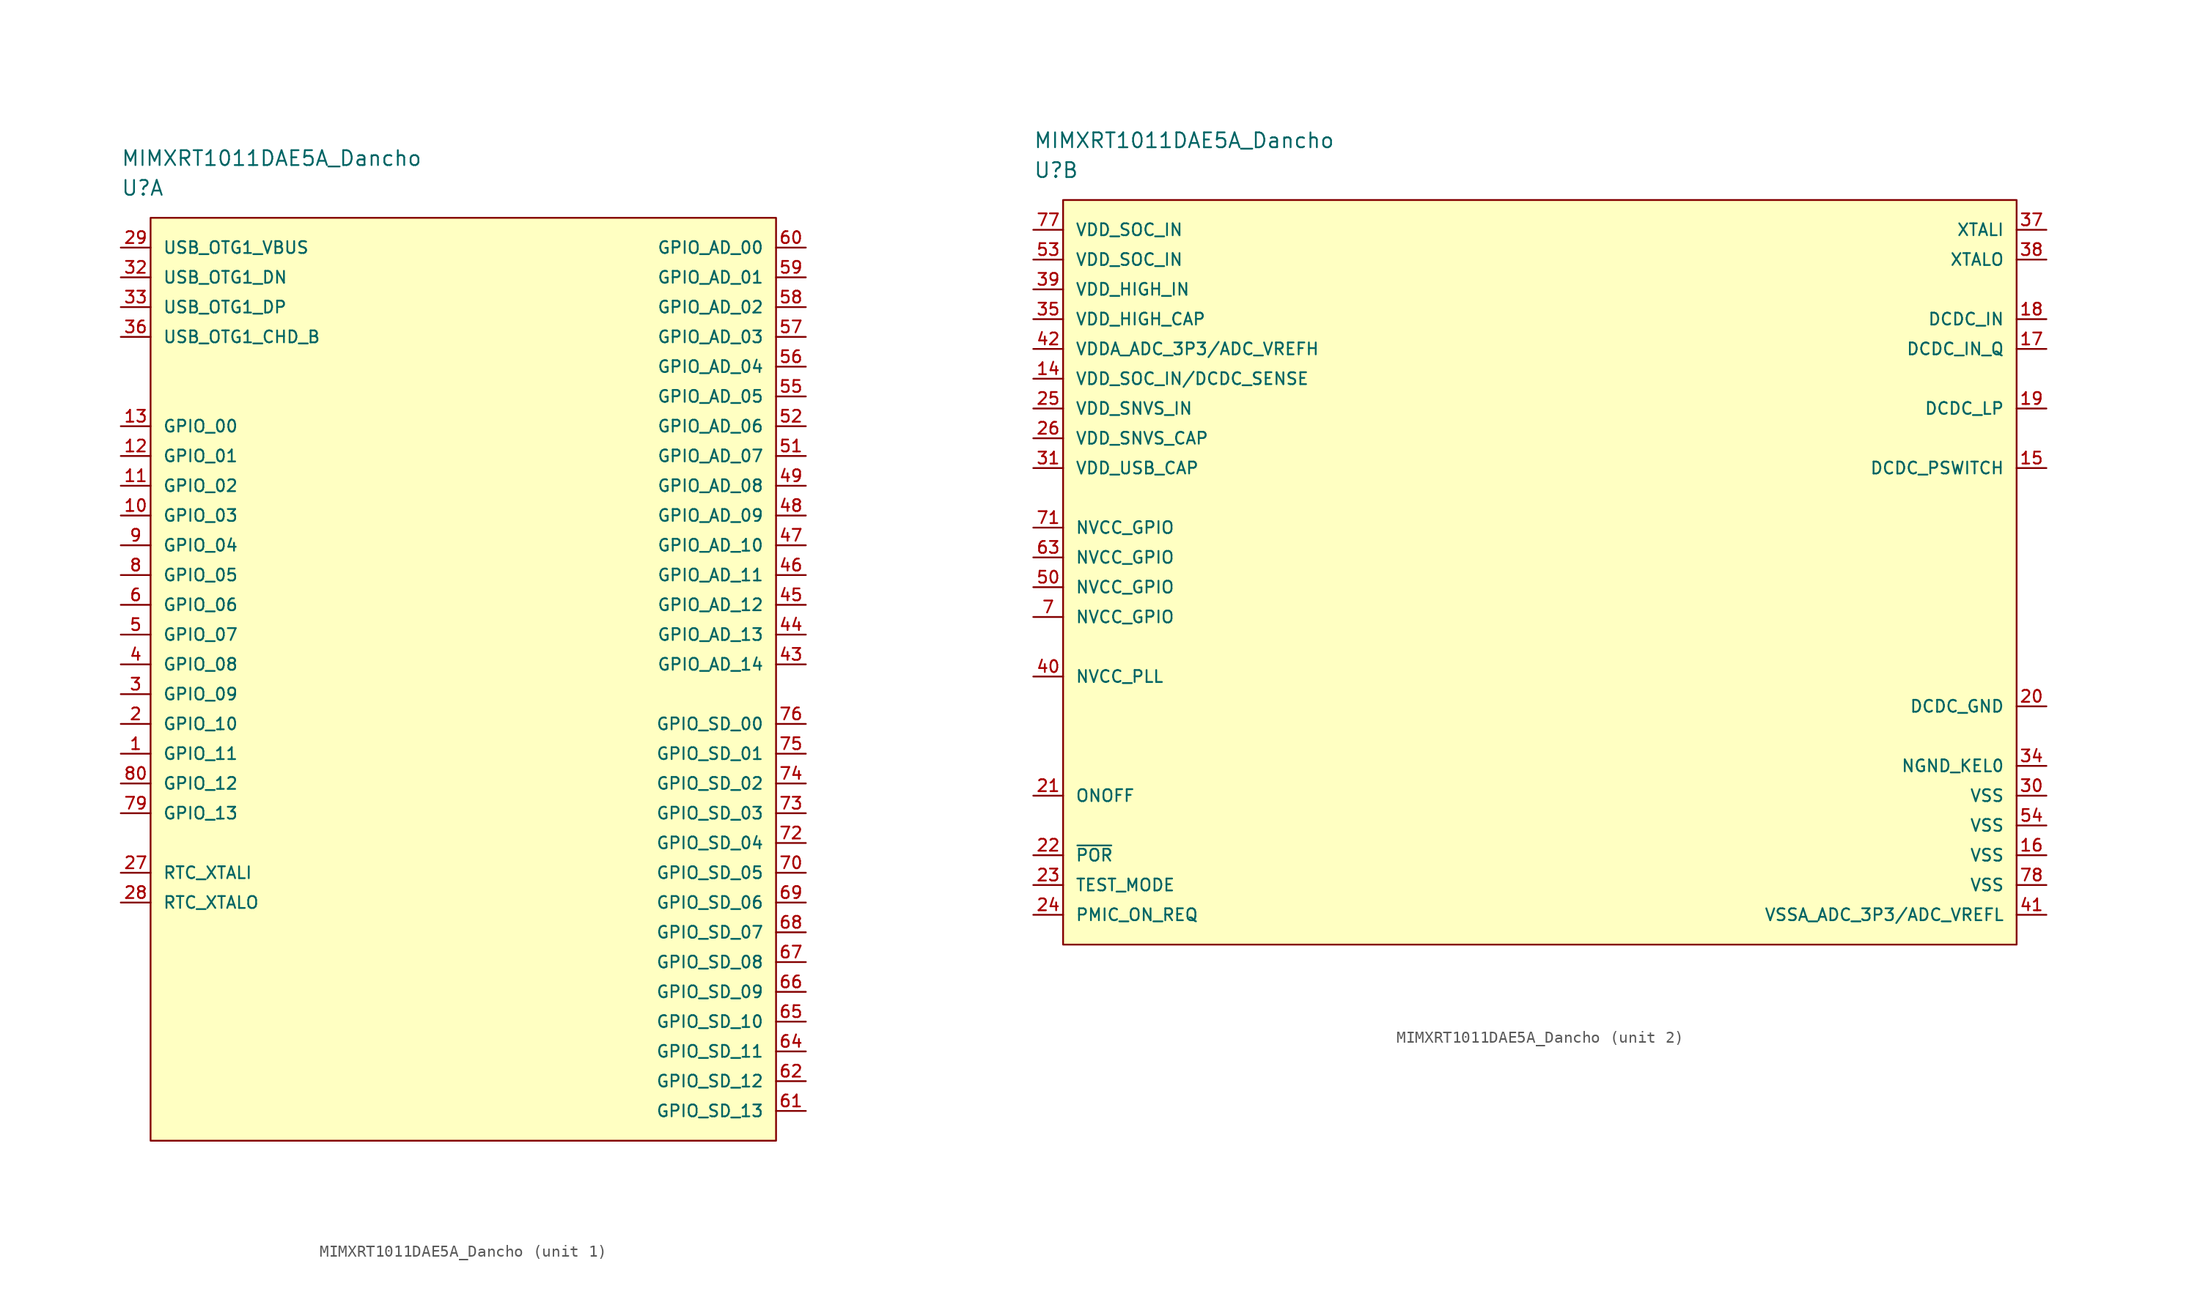
<source format=kicad_sym>
(kicad_symbol_lib
  (version 20220914)
  (generator kicad_symbol_editor)
  (symbol "MIMXRT1011DAE5A_Dancho"
    (pin_names
      (offset 1.016))
    (property "Reference" "U"
      (at 0 5.08 0)
      (effects (font (size 1.27 1.27)) (justify left)))
    (property "Value" "MIMXRT1011DAE5A_Dancho"
      (at 0 7.62 0)
      (effects (font (size 1.27 1.27)) (justify left)))
    (property "ki_locked" ""
      (at 0 0 0)
      (effects (font (size 1.27 1.27))))
    (symbol "MIMXRT1011DAE5A_Dancho_1_1"
      (rectangle (start 2.54 2.54) (end 55.88 -76.2) (stroke (width 0) (type solid)) (fill (type background)))
      (pin bidirectional line (at 0 -43.18 0) (length 2.54) (name "GPIO_11" (effects (font (size 1.016 1.016)))) (number "1" (effects (font (size 1.016 1.016)))))
      (pin bidirectional line (at 0 -22.86 0) (length 2.54) (name "GPIO_03" (effects (font (size 1.016 1.016)))) (number "10" (effects (font (size 1.016 1.016)))))
      (pin bidirectional line (at 0 -20.32 0) (length 2.54) (name "GPIO_02" (effects (font (size 1.016 1.016)))) (number "11" (effects (font (size 1.016 1.016)))))
      (pin bidirectional line (at 0 -17.78 0) (length 2.54) (name "GPIO_01" (effects (font (size 1.016 1.016)))) (number "12" (effects (font (size 1.016 1.016)))))
      (pin bidirectional line (at 0 -15.24 0) (length 2.54) (name "GPIO_00" (effects (font (size 1.016 1.016)))) (number "13" (effects (font (size 1.016 1.016)))))
      (pin bidirectional line (at 0 -40.64 0) (length 2.54) (name "GPIO_10" (effects (font (size 1.016 1.016)))) (number "2" (effects (font (size 1.016 1.016)))))
      (pin input line (at 0 -53.34 0) (length 2.54) (name "RTC_XTALI" (effects (font (size 1.016 1.016)))) (number "27" (effects (font (size 1.016 1.016)))))
      (pin output line (at 0 -55.88 0) (length 2.54) (name "RTC_XTALO" (effects (font (size 1.016 1.016)))) (number "28" (effects (font (size 1.016 1.016)))))
      (pin power_in line (at 0 0 0) (length 2.54) (name "USB_OTG1_VBUS" (effects (font (size 1.016 1.016)))) (number "29" (effects (font (size 1.016 1.016)))))
      (pin bidirectional line (at 0 -38.1 0) (length 2.54) (name "GPIO_09" (effects (font (size 1.016 1.016)))) (number "3" (effects (font (size 1.016 1.016)))))
      (pin bidirectional line (at 0 -2.54 0) (length 2.54) (name "USB_OTG1_DN" (effects (font (size 1.016 1.016)))) (number "32" (effects (font (size 1.016 1.016)))))
      (pin bidirectional line (at 0 -5.08 0) (length 2.54) (name "USB_OTG1_DP" (effects (font (size 1.016 1.016)))) (number "33" (effects (font (size 1.016 1.016)))))
      (pin bidirectional line (at 0 -7.62 0) (length 2.54) (name "USB_OTG1_CHD_B" (effects (font (size 1.016 1.016)))) (number "36" (effects (font (size 1.016 1.016)))))
      (pin bidirectional line (at 0 -35.56 0) (length 2.54) (name "GPIO_08" (effects (font (size 1.016 1.016)))) (number "4" (effects (font (size 1.016 1.016)))))
      (pin bidirectional line (at 58.42 -35.56 180) (length 2.54) (name "GPIO_AD_14" (effects (font (size 1.016 1.016)))) (number "43" (effects (font (size 1.016 1.016)))))
      (pin bidirectional line (at 58.42 -33.02 180) (length 2.54) (name "GPIO_AD_13" (effects (font (size 1.016 1.016)))) (number "44" (effects (font (size 1.016 1.016)))))
      (pin bidirectional line (at 58.42 -30.48 180) (length 2.54) (name "GPIO_AD_12" (effects (font (size 1.016 1.016)))) (number "45" (effects (font (size 1.016 1.016)))))
      (pin bidirectional line (at 58.42 -27.94 180) (length 2.54) (name "GPIO_AD_11" (effects (font (size 1.016 1.016)))) (number "46" (effects (font (size 1.016 1.016)))))
      (pin bidirectional line (at 58.42 -25.4 180) (length 2.54) (name "GPIO_AD_10" (effects (font (size 1.016 1.016)))) (number "47" (effects (font (size 1.016 1.016)))))
      (pin bidirectional line (at 58.42 -22.86 180) (length 2.54) (name "GPIO_AD_09" (effects (font (size 1.016 1.016)))) (number "48" (effects (font (size 1.016 1.016)))))
      (pin bidirectional line (at 58.42 -20.32 180) (length 2.54) (name "GPIO_AD_08" (effects (font (size 1.016 1.016)))) (number "49" (effects (font (size 1.016 1.016)))))
      (pin bidirectional line (at 0 -33.02 0) (length 2.54) (name "GPIO_07" (effects (font (size 1.016 1.016)))) (number "5" (effects (font (size 1.016 1.016)))))
      (pin bidirectional line (at 58.42 -17.78 180) (length 2.54) (name "GPIO_AD_07" (effects (font (size 1.016 1.016)))) (number "51" (effects (font (size 1.016 1.016)))))
      (pin bidirectional line (at 58.42 -15.24 180) (length 2.54) (name "GPIO_AD_06" (effects (font (size 1.016 1.016)))) (number "52" (effects (font (size 1.016 1.016)))))
      (pin bidirectional line (at 58.42 -12.7 180) (length 2.54) (name "GPIO_AD_05" (effects (font (size 1.016 1.016)))) (number "55" (effects (font (size 1.016 1.016)))))
      (pin bidirectional line (at 58.42 -10.16 180) (length 2.54) (name "GPIO_AD_04" (effects (font (size 1.016 1.016)))) (number "56" (effects (font (size 1.016 1.016)))))
      (pin bidirectional line (at 58.42 -7.62 180) (length 2.54) (name "GPIO_AD_03" (effects (font (size 1.016 1.016)))) (number "57" (effects (font (size 1.016 1.016)))))
      (pin bidirectional line (at 58.42 -5.08 180) (length 2.54) (name "GPIO_AD_02" (effects (font (size 1.016 1.016)))) (number "58" (effects (font (size 1.016 1.016)))))
      (pin bidirectional line (at 58.42 -2.54 180) (length 2.54) (name "GPIO_AD_01" (effects (font (size 1.016 1.016)))) (number "59" (effects (font (size 1.016 1.016)))))
      (pin bidirectional line (at 0 -30.48 0) (length 2.54) (name "GPIO_06" (effects (font (size 1.016 1.016)))) (number "6" (effects (font (size 1.016 1.016)))))
      (pin bidirectional line (at 58.42 0 180) (length 2.54) (name "GPIO_AD_00" (effects (font (size 1.016 1.016)))) (number "60" (effects (font (size 1.016 1.016)))))
      (pin bidirectional line (at 58.42 -73.66 180) (length 2.54) (name "GPIO_SD_13" (effects (font (size 1.016 1.016)))) (number "61" (effects (font (size 1.016 1.016)))))
      (pin bidirectional line (at 58.42 -71.12 180) (length 2.54) (name "GPIO_SD_12" (effects (font (size 1.016 1.016)))) (number "62" (effects (font (size 1.016 1.016)))))
      (pin bidirectional line (at 58.42 -68.58 180) (length 2.54) (name "GPIO_SD_11" (effects (font (size 1.016 1.016)))) (number "64" (effects (font (size 1.016 1.016)))))
      (pin bidirectional line (at 58.42 -66.04 180) (length 2.54) (name "GPIO_SD_10" (effects (font (size 1.016 1.016)))) (number "65" (effects (font (size 1.016 1.016)))))
      (pin bidirectional line (at 58.42 -63.5 180) (length 2.54) (name "GPIO_SD_09" (effects (font (size 1.016 1.016)))) (number "66" (effects (font (size 1.016 1.016)))))
      (pin bidirectional line (at 58.42 -60.96 180) (length 2.54) (name "GPIO_SD_08" (effects (font (size 1.016 1.016)))) (number "67" (effects (font (size 1.016 1.016)))))
      (pin bidirectional line (at 58.42 -58.42 180) (length 2.54) (name "GPIO_SD_07" (effects (font (size 1.016 1.016)))) (number "68" (effects (font (size 1.016 1.016)))))
      (pin bidirectional line (at 58.42 -55.88 180) (length 2.54) (name "GPIO_SD_06" (effects (font (size 1.016 1.016)))) (number "69" (effects (font (size 1.016 1.016)))))
      (pin bidirectional line (at 58.42 -53.34 180) (length 2.54) (name "GPIO_SD_05" (effects (font (size 1.016 1.016)))) (number "70" (effects (font (size 1.016 1.016)))))
      (pin bidirectional line (at 58.42 -50.8 180) (length 2.54) (name "GPIO_SD_04" (effects (font (size 1.016 1.016)))) (number "72" (effects (font (size 1.016 1.016)))))
      (pin bidirectional line (at 58.42 -48.26 180) (length 2.54) (name "GPIO_SD_03" (effects (font (size 1.016 1.016)))) (number "73" (effects (font (size 1.016 1.016)))))
      (pin bidirectional line (at 58.42 -45.72 180) (length 2.54) (name "GPIO_SD_02" (effects (font (size 1.016 1.016)))) (number "74" (effects (font (size 1.016 1.016)))))
      (pin bidirectional line (at 58.42 -43.18 180) (length 2.54) (name "GPIO_SD_01" (effects (font (size 1.016 1.016)))) (number "75" (effects (font (size 1.016 1.016)))))
      (pin bidirectional line (at 58.42 -40.64 180) (length 2.54) (name "GPIO_SD_00" (effects (font (size 1.016 1.016)))) (number "76" (effects (font (size 1.016 1.016)))))
      (pin bidirectional line (at 0 -48.26 0) (length 2.54) (name "GPIO_13" (effects (font (size 1.016 1.016)))) (number "79" (effects (font (size 1.016 1.016)))))
      (pin bidirectional line (at 0 -27.94 0) (length 2.54) (name "GPIO_05" (effects (font (size 1.016 1.016)))) (number "8" (effects (font (size 1.016 1.016)))))
      (pin bidirectional line (at 0 -45.72 0) (length 2.54) (name "GPIO_12" (effects (font (size 1.016 1.016)))) (number "80" (effects (font (size 1.016 1.016)))))
      (pin bidirectional line (at 0 -25.4 0) (length 2.54) (name "GPIO_04" (effects (font (size 1.016 1.016)))) (number "9" (effects (font (size 1.016 1.016))))))
    (symbol "MIMXRT1011DAE5A_Dancho_2_1"
      (rectangle (start 2.54 2.54) (end 83.82 -60.96) (stroke (width 0) (type solid)) (fill (type background)))
      (pin power_in line (at 0 -12.7 0) (length 2.54) (name "VDD_SOC_IN/DCDC_SENSE" (effects (font (size 1.016 1.016)))) (number "14" (effects (font (size 1.016 1.016)))))
      (pin passive line (at 86.36 -20.32 180) (length 2.54) (name "DCDC_PSWITCH" (effects (font (size 1.016 1.016)))) (number "15" (effects (font (size 1.016 1.016)))))
      (pin power_in line (at 86.36 -53.34 180) (length 2.54) (name "VSS" (effects (font (size 1.016 1.016)))) (number "16" (effects (font (size 1.016 1.016)))))
      (pin input line (at 86.36 -10.16 180) (length 2.54) (name "DCDC_IN_Q" (effects (font (size 1.016 1.016)))) (number "17" (effects (font (size 1.016 1.016)))))
      (pin input line (at 86.36 -7.62 180) (length 2.54) (name "DCDC_IN" (effects (font (size 1.016 1.016)))) (number "18" (effects (font (size 1.016 1.016)))))
      (pin passive line (at 86.36 -15.24 180) (length 2.54) (name "DCDC_LP" (effects (font (size 1.016 1.016)))) (number "19" (effects (font (size 1.016 1.016)))))
      (pin power_in line (at 86.36 -40.64 180) (length 2.54) (name "DCDC_GND" (effects (font (size 1.016 1.016)))) (number "20" (effects (font (size 1.016 1.016)))))
      (pin bidirectional line (at 0 -48.26 0) (length 2.54) (name "ONOFF" (effects (font (size 1.016 1.016)))) (number "21" (effects (font (size 1.016 1.016)))))
      (pin bidirectional line (at 0 -53.34 0) (length 2.54) (name "~{POR}" (effects (font (size 1.016 1.016)))) (number "22" (effects (font (size 1.016 1.016)))))
      (pin bidirectional line (at 0 -55.88 0) (length 2.54) (name "TEST_MODE" (effects (font (size 1.016 1.016)))) (number "23" (effects (font (size 1.016 1.016)))))
      (pin passive line (at 0 -58.42 0) (length 2.54) (name "PMIC_ON_REQ" (effects (font (size 1.016 1.016)))) (number "24" (effects (font (size 1.016 1.016)))))
      (pin power_in line (at 0 -15.24 0) (length 2.54) (name "VDD_SNVS_IN" (effects (font (size 1.016 1.016)))) (number "25" (effects (font (size 1.016 1.016)))))
      (pin power_in line (at 0 -17.78 0) (length 2.54) (name "VDD_SNVS_CAP" (effects (font (size 1.016 1.016)))) (number "26" (effects (font (size 1.016 1.016)))))
      (pin power_in line (at 86.36 -48.26 180) (length 2.54) (name "VSS" (effects (font (size 1.016 1.016)))) (number "30" (effects (font (size 1.016 1.016)))))
      (pin power_in line (at 0 -20.32 0) (length 2.54) (name "VDD_USB_CAP" (effects (font (size 1.016 1.016)))) (number "31" (effects (font (size 1.016 1.016)))))
      (pin power_in line (at 86.36 -45.72 180) (length 2.54) (name "NGND_KEL0" (effects (font (size 1.016 1.016)))) (number "34" (effects (font (size 1.016 1.016)))))
      (pin power_in line (at 0 -7.62 0) (length 2.54) (name "VDD_HIGH_CAP" (effects (font (size 1.016 1.016)))) (number "35" (effects (font (size 1.016 1.016)))))
      (pin input line (at 86.36 0 180) (length 2.54) (name "XTALI" (effects (font (size 1.016 1.016)))) (number "37" (effects (font (size 1.016 1.016)))))
      (pin output line (at 86.36 -2.54 180) (length 2.54) (name "XTALO" (effects (font (size 1.016 1.016)))) (number "38" (effects (font (size 1.016 1.016)))))
      (pin power_in line (at 0 -5.08 0) (length 2.54) (name "VDD_HIGH_IN" (effects (font (size 1.016 1.016)))) (number "39" (effects (font (size 1.016 1.016)))))
      (pin power_in line (at 0 -38.1 0) (length 2.54) (name "NVCC_PLL" (effects (font (size 1.016 1.016)))) (number "40" (effects (font (size 1.016 1.016)))))
      (pin power_in line (at 86.36 -58.42 180) (length 2.54) (name "VSSA_ADC_3P3/ADC_VREFL" (effects (font (size 1.016 1.016)))) (number "41" (effects (font (size 1.016 1.016)))))
      (pin power_in line (at 0 -10.16 0) (length 2.54) (name "VDDA_ADC_3P3/ADC_VREFH" (effects (font (size 1.016 1.016)))) (number "42" (effects (font (size 1.016 1.016)))))
      (pin power_in line (at 0 -30.48 0) (length 2.54) (name "NVCC_GPIO" (effects (font (size 1.016 1.016)))) (number "50" (effects (font (size 1.016 1.016)))))
      (pin bidirectional line (at 0 -2.54 0) (length 2.54) (name "VDD_SOC_IN" (effects (font (size 1.016 1.016)))) (number "53" (effects (font (size 1.016 1.016)))))
      (pin power_in line (at 86.36 -50.8 180) (length 2.54) (name "VSS" (effects (font (size 1.016 1.016)))) (number "54" (effects (font (size 1.016 1.016)))))
      (pin power_in line (at 0 -27.94 0) (length 2.54) (name "NVCC_GPIO" (effects (font (size 1.016 1.016)))) (number "63" (effects (font (size 1.016 1.016)))))
      (pin bidirectional line (at 0 -33.02 0) (length 2.54) (name "NVCC_GPIO" (effects (font (size 1.016 1.016)))) (number "7" (effects (font (size 1.016 1.016)))))
      (pin power_in line (at 0 -25.4 0) (length 2.54) (name "NVCC_GPIO" (effects (font (size 1.016 1.016)))) (number "71" (effects (font (size 1.016 1.016)))))
      (pin power_in line (at 0 0 0) (length 2.54) (name "VDD_SOC_IN" (effects (font (size 1.016 1.016)))) (number "77" (effects (font (size 1.016 1.016)))))
      (pin power_in line (at 86.36 -55.88 180) (length 2.54) (name "VSS" (effects (font (size 1.016 1.016)))) (number "78" (effects (font (size 1.016 1.016))))))))
</source>
